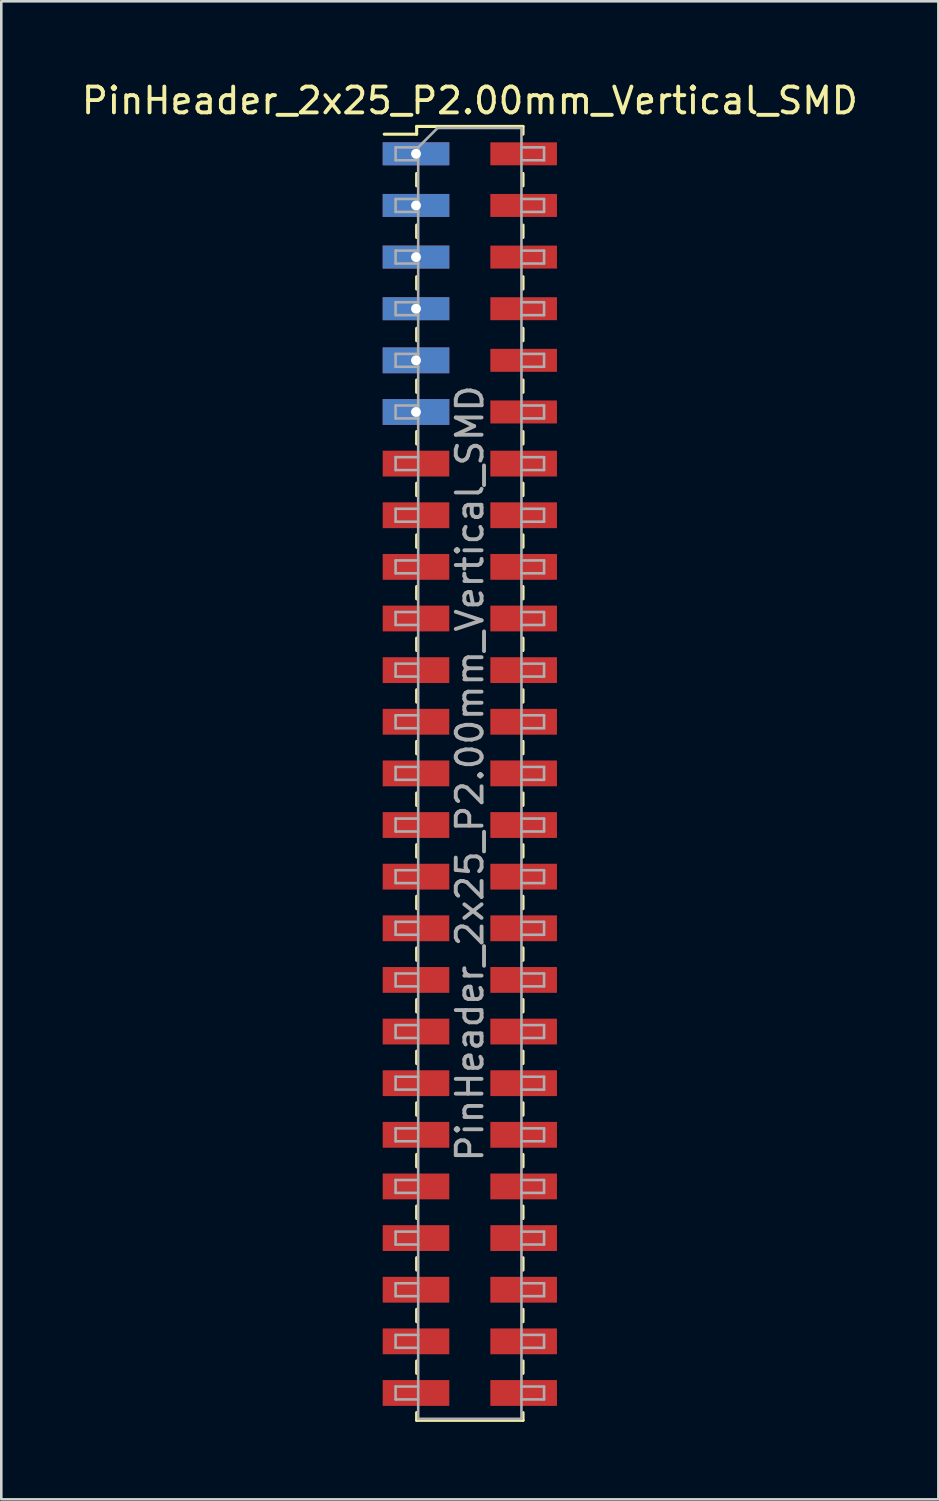
<source format=kicad_pcb>
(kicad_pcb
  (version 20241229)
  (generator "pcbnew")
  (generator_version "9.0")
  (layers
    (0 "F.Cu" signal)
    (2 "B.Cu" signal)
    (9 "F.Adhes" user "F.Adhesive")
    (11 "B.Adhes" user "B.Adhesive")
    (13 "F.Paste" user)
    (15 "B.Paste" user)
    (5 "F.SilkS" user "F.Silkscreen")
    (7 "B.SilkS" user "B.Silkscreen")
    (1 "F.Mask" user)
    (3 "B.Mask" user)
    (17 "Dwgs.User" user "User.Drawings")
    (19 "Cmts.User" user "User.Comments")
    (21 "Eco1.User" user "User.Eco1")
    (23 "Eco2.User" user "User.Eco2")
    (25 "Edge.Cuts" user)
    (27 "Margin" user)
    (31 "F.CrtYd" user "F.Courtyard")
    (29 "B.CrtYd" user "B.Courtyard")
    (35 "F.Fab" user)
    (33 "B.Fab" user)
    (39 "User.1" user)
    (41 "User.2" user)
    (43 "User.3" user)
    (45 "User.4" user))
  (footprint "PinHeader_2x25_P2.00mm_Vertical_SMD"
    (layer "F.Cu")
    (at 15.149 26.908)
    (property "Reference" "PinHeader_2x25_P2.00mm_Vertical_SMD" (at 0 -26.06 0) (layer "F.SilkS") (effects (font (size 1 1) (thickness 0.15))))
    (attr smd)
    (fp_line (start -3.315 -24.76) (end -2.06 -24.76) (stroke (width 0.12) (type solid)) (layer "F.SilkS"))
    (fp_line (start -2.06 -25.06) (end -2.06 -24.76) (stroke (width 0.12) (type solid)) (layer "F.SilkS"))
    (fp_line (start -2.06 -25.06) (end 2.06 -25.06) (stroke (width 0.12) (type solid)) (layer "F.SilkS"))
    (fp_line (start -2.06 -23.24) (end -2.06 -22.76) (stroke (width 0.12) (type solid)) (layer "F.SilkS"))
    (fp_line (start -2.06 -21.24) (end -2.06 -20.76) (stroke (width 0.12) (type solid)) (layer "F.SilkS"))
    (fp_line (start -2.06 -19.24) (end -2.06 -18.76) (stroke (width 0.12) (type solid)) (layer "F.SilkS"))
    (fp_line (start -2.06 -17.24) (end -2.06 -16.76) (stroke (width 0.12) (type solid)) (layer "F.SilkS"))
    (fp_line (start -2.06 -15.24) (end -2.06 -14.76) (stroke (width 0.12) (type solid)) (layer "F.SilkS"))
    (fp_line (start -2.06 -13.24) (end -2.06 -12.76) (stroke (width 0.12) (type solid)) (layer "F.SilkS"))
    (fp_line (start -2.06 -11.24) (end -2.06 -10.76) (stroke (width 0.12) (type solid)) (layer "F.SilkS"))
    (fp_line (start -2.06 -9.24) (end -2.06 -8.76) (stroke (width 0.12) (type solid)) (layer "F.SilkS"))
    (fp_line (start -2.06 -7.24) (end -2.06 -6.76) (stroke (width 0.12) (type solid)) (layer "F.SilkS"))
    (fp_line (start -2.06 -5.24) (end -2.06 -4.76) (stroke (width 0.12) (type solid)) (layer "F.SilkS"))
    (fp_line (start -2.06 -3.24) (end -2.06 -2.76) (stroke (width 0.12) (type solid)) (layer "F.SilkS"))
    (fp_line (start -2.06 -1.24) (end -2.06 -0.76) (stroke (width 0.12) (type solid)) (layer "F.SilkS"))
    (fp_line (start -2.06 0.76) (end -2.06 1.24) (stroke (width 0.12) (type solid)) (layer "F.SilkS"))
    (fp_line (start -2.06 2.76) (end -2.06 3.24) (stroke (width 0.12) (type solid)) (layer "F.SilkS"))
    (fp_line (start -2.06 4.76) (end -2.06 5.24) (stroke (width 0.12) (type solid)) (layer "F.SilkS"))
    (fp_line (start -2.06 6.76) (end -2.06 7.24) (stroke (width 0.12) (type solid)) (layer "F.SilkS"))
    (fp_line (start -2.06 8.76) (end -2.06 9.24) (stroke (width 0.12) (type solid)) (layer "F.SilkS"))
    (fp_line (start -2.06 10.76) (end -2.06 11.24) (stroke (width 0.12) (type solid)) (layer "F.SilkS"))
    (fp_line (start -2.06 12.76) (end -2.06 13.24) (stroke (width 0.12) (type solid)) (layer "F.SilkS"))
    (fp_line (start -2.06 14.76) (end -2.06 15.24) (stroke (width 0.12) (type solid)) (layer "F.SilkS"))
    (fp_line (start -2.06 16.76) (end -2.06 17.24) (stroke (width 0.12) (type solid)) (layer "F.SilkS"))
    (fp_line (start -2.06 18.76) (end -2.06 19.24) (stroke (width 0.12) (type solid)) (layer "F.SilkS"))
    (fp_line (start -2.06 20.76) (end -2.06 21.24) (stroke (width 0.12) (type solid)) (layer "F.SilkS"))
    (fp_line (start -2.06 22.76) (end -2.06 23.24) (stroke (width 0.12) (type solid)) (layer "F.SilkS"))
    (fp_line (start -2.06 24.76) (end -2.06 25.06) (stroke (width 0.12) (type solid)) (layer "F.SilkS"))
    (fp_line (start -2.06 25.06) (end 2.06 25.06) (stroke (width 0.12) (type solid)) (layer "F.SilkS"))
    (fp_line (start 2.06 -25.06) (end 2.06 -24.76) (stroke (width 0.12) (type solid)) (layer "F.SilkS"))
    (fp_line (start 2.06 -23.24) (end 2.06 -22.76) (stroke (width 0.12) (type solid)) (layer "F.SilkS"))
    (fp_line (start 2.06 -21.24) (end 2.06 -20.76) (stroke (width 0.12) (type solid)) (layer "F.SilkS"))
    (fp_line (start 2.06 -19.24) (end 2.06 -18.76) (stroke (width 0.12) (type solid)) (layer "F.SilkS"))
    (fp_line (start 2.06 -17.24) (end 2.06 -16.76) (stroke (width 0.12) (type solid)) (layer "F.SilkS"))
    (fp_line (start 2.06 -15.24) (end 2.06 -14.76) (stroke (width 0.12) (type solid)) (layer "F.SilkS"))
    (fp_line (start 2.06 -13.24) (end 2.06 -12.76) (stroke (width 0.12) (type solid)) (layer "F.SilkS"))
    (fp_line (start 2.06 -11.24) (end 2.06 -10.76) (stroke (width 0.12) (type solid)) (layer "F.SilkS"))
    (fp_line (start 2.06 -9.24) (end 2.06 -8.76) (stroke (width 0.12) (type solid)) (layer "F.SilkS"))
    (fp_line (start 2.06 -7.24) (end 2.06 -6.76) (stroke (width 0.12) (type solid)) (layer "F.SilkS"))
    (fp_line (start 2.06 -5.24) (end 2.06 -4.76) (stroke (width 0.12) (type solid)) (layer "F.SilkS"))
    (fp_line (start 2.06 -3.24) (end 2.06 -2.76) (stroke (width 0.12) (type solid)) (layer "F.SilkS"))
    (fp_line (start 2.06 -1.24) (end 2.06 -0.76) (stroke (width 0.12) (type solid)) (layer "F.SilkS"))
    (fp_line (start 2.06 0.76) (end 2.06 1.24) (stroke (width 0.12) (type solid)) (layer "F.SilkS"))
    (fp_line (start 2.06 2.76) (end 2.06 3.24) (stroke (width 0.12) (type solid)) (layer "F.SilkS"))
    (fp_line (start 2.06 4.76) (end 2.06 5.24) (stroke (width 0.12) (type solid)) (layer "F.SilkS"))
    (fp_line (start 2.06 6.76) (end 2.06 7.24) (stroke (width 0.12) (type solid)) (layer "F.SilkS"))
    (fp_line (start 2.06 8.76) (end 2.06 9.24) (stroke (width 0.12) (type solid)) (layer "F.SilkS"))
    (fp_line (start 2.06 10.76) (end 2.06 11.24) (stroke (width 0.12) (type solid)) (layer "F.SilkS"))
    (fp_line (start 2.06 12.76) (end 2.06 13.24) (stroke (width 0.12) (type solid)) (layer "F.SilkS"))
    (fp_line (start 2.06 14.76) (end 2.06 15.24) (stroke (width 0.12) (type solid)) (layer "F.SilkS"))
    (fp_line (start 2.06 16.76) (end 2.06 17.24) (stroke (width 0.12) (type solid)) (layer "F.SilkS"))
    (fp_line (start 2.06 18.76) (end 2.06 19.24) (stroke (width 0.12) (type solid)) (layer "F.SilkS"))
    (fp_line (start 2.06 20.76) (end 2.06 21.24) (stroke (width 0.12) (type solid)) (layer "F.SilkS"))
    (fp_line (start 2.06 22.76) (end 2.06 23.24) (stroke (width 0.12) (type solid)) (layer "F.SilkS"))
    (fp_line (start 2.06 24.76) (end 2.06 25.06) (stroke (width 0.12) (type solid)) (layer "F.SilkS"))
    (fp_line (start -2.875 -24.25) (end -2.875 -23.75) (stroke (width 0.1) (type solid)) (layer "F.Fab"))
    (fp_line (start -2.875 -23.75) (end -2 -23.75) (stroke (width 0.1) (type solid)) (layer "F.Fab"))
    (fp_line (start -2.875 -22.25) (end -2.875 -21.75) (stroke (width 0.1) (type solid)) (layer "F.Fab"))
    (fp_line (start -2.875 -21.75) (end -2 -21.75) (stroke (width 0.1) (type solid)) (layer "F.Fab"))
    (fp_line (start -2.875 -20.25) (end -2.875 -19.75) (stroke (width 0.1) (type solid)) (layer "F.Fab"))
    (fp_line (start -2.875 -19.75) (end -2 -19.75) (stroke (width 0.1) (type solid)) (layer "F.Fab"))
    (fp_line (start -2.875 -18.25) (end -2.875 -17.75) (stroke (width 0.1) (type solid)) (layer "F.Fab"))
    (fp_line (start -2.875 -17.75) (end -2 -17.75) (stroke (width 0.1) (type solid)) (layer "F.Fab"))
    (fp_line (start -2.875 -16.25) (end -2.875 -15.75) (stroke (width 0.1) (type solid)) (layer "F.Fab"))
    (fp_line (start -2.875 -15.75) (end -2 -15.75) (stroke (width 0.1) (type solid)) (layer "F.Fab"))
    (fp_line (start -2.875 -14.25) (end -2.875 -13.75) (stroke (width 0.1) (type solid)) (layer "F.Fab"))
    (fp_line (start -2.875 -13.75) (end -2 -13.75) (stroke (width 0.1) (type solid)) (layer "F.Fab"))
    (fp_line (start -2.875 -12.25) (end -2.875 -11.75) (stroke (width 0.1) (type solid)) (layer "F.Fab"))
    (fp_line (start -2.875 -11.75) (end -2 -11.75) (stroke (width 0.1) (type solid)) (layer "F.Fab"))
    (fp_line (start -2.875 -10.25) (end -2.875 -9.75) (stroke (width 0.1) (type solid)) (layer "F.Fab"))
    (fp_line (start -2.875 -9.75) (end -2 -9.75) (stroke (width 0.1) (type solid)) (layer "F.Fab"))
    (fp_line (start -2.875 -8.25) (end -2.875 -7.75) (stroke (width 0.1) (type solid)) (layer "F.Fab"))
    (fp_line (start -2.875 -7.75) (end -2 -7.75) (stroke (width 0.1) (type solid)) (layer "F.Fab"))
    (fp_line (start -2.875 -6.25) (end -2.875 -5.75) (stroke (width 0.1) (type solid)) (layer "F.Fab"))
    (fp_line (start -2.875 -5.75) (end -2 -5.75) (stroke (width 0.1) (type solid)) (layer "F.Fab"))
    (fp_line (start -2.875 -4.25) (end -2.875 -3.75) (stroke (width 0.1) (type solid)) (layer "F.Fab"))
    (fp_line (start -2.875 -3.75) (end -2 -3.75) (stroke (width 0.1) (type solid)) (layer "F.Fab"))
    (fp_line (start -2.875 -2.25) (end -2.875 -1.75) (stroke (width 0.1) (type solid)) (layer "F.Fab"))
    (fp_line (start -2.875 -1.75) (end -2 -1.75) (stroke (width 0.1) (type solid)) (layer "F.Fab"))
    (fp_line (start -2.875 -0.25) (end -2.875 0.25) (stroke (width 0.1) (type solid)) (layer "F.Fab"))
    (fp_line (start -2.875 0.25) (end -2 0.25) (stroke (width 0.1) (type solid)) (layer "F.Fab"))
    (fp_line (start -2.875 1.75) (end -2.875 2.25) (stroke (width 0.1) (type solid)) (layer "F.Fab"))
    (fp_line (start -2.875 2.25) (end -2 2.25) (stroke (width 0.1) (type solid)) (layer "F.Fab"))
    (fp_line (start -2.875 3.75) (end -2.875 4.25) (stroke (width 0.1) (type solid)) (layer "F.Fab"))
    (fp_line (start -2.875 4.25) (end -2 4.25) (stroke (width 0.1) (type solid)) (layer "F.Fab"))
    (fp_line (start -2.875 5.75) (end -2.875 6.25) (stroke (width 0.1) (type solid)) (layer "F.Fab"))
    (fp_line (start -2.875 6.25) (end -2 6.25) (stroke (width 0.1) (type solid)) (layer "F.Fab"))
    (fp_line (start -2.875 7.75) (end -2.875 8.25) (stroke (width 0.1) (type solid)) (layer "F.Fab"))
    (fp_line (start -2.875 8.25) (end -2 8.25) (stroke (width 0.1) (type solid)) (layer "F.Fab"))
    (fp_line (start -2.875 9.75) (end -2.875 10.25) (stroke (width 0.1) (type solid)) (layer "F.Fab"))
    (fp_line (start -2.875 10.25) (end -2 10.25) (stroke (width 0.1) (type solid)) (layer "F.Fab"))
    (fp_line (start -2.875 11.75) (end -2.875 12.25) (stroke (width 0.1) (type solid)) (layer "F.Fab"))
    (fp_line (start -2.875 12.25) (end -2 12.25) (stroke (width 0.1) (type solid)) (layer "F.Fab"))
    (fp_line (start -2.875 13.75) (end -2.875 14.25) (stroke (width 0.1) (type solid)) (layer "F.Fab"))
    (fp_line (start -2.875 14.25) (end -2 14.25) (stroke (width 0.1) (type solid)) (layer "F.Fab"))
    (fp_line (start -2.875 15.75) (end -2.875 16.25) (stroke (width 0.1) (type solid)) (layer "F.Fab"))
    (fp_line (start -2.875 16.25) (end -2 16.25) (stroke (width 0.1) (type solid)) (layer "F.Fab"))
    (fp_line (start -2.875 17.75) (end -2.875 18.25) (stroke (width 0.1) (type solid)) (layer "F.Fab"))
    (fp_line (start -2.875 18.25) (end -2 18.25) (stroke (width 0.1) (type solid)) (layer "F.Fab"))
    (fp_line (start -2.875 19.75) (end -2.875 20.25) (stroke (width 0.1) (type solid)) (layer "F.Fab"))
    (fp_line (start -2.875 20.25) (end -2 20.25) (stroke (width 0.1) (type solid)) (layer "F.Fab"))
    (fp_line (start -2.875 21.75) (end -2.875 22.25) (stroke (width 0.1) (type solid)) (layer "F.Fab"))
    (fp_line (start -2.875 22.25) (end -2 22.25) (stroke (width 0.1) (type solid)) (layer "F.Fab"))
    (fp_line (start -2.875 23.75) (end -2.875 24.25) (stroke (width 0.1) (type solid)) (layer "F.Fab"))
    (fp_line (start -2.875 24.25) (end -2 24.25) (stroke (width 0.1) (type solid)) (layer "F.Fab"))
    (fp_line (start -2 -24.25) (end -2.875 -24.25) (stroke (width 0.1) (type solid)) (layer "F.Fab"))
    (fp_line (start -2 -24.25) (end -1.25 -25) (stroke (width 0.1) (type solid)) (layer "F.Fab"))
    (fp_line (start -2 -22.25) (end -2.875 -22.25) (stroke (width 0.1) (type solid)) (layer "F.Fab"))
    (fp_line (start -2 -20.25) (end -2.875 -20.25) (stroke (width 0.1) (type solid)) (layer "F.Fab"))
    (fp_line (start -2 -18.25) (end -2.875 -18.25) (stroke (width 0.1) (type solid)) (layer "F.Fab"))
    (fp_line (start -2 -16.25) (end -2.875 -16.25) (stroke (width 0.1) (type solid)) (layer "F.Fab"))
    (fp_line (start -2 -14.25) (end -2.875 -14.25) (stroke (width 0.1) (type solid)) (layer "F.Fab"))
    (fp_line (start -2 -12.25) (end -2.875 -12.25) (stroke (width 0.1) (type solid)) (layer "F.Fab"))
    (fp_line (start -2 -10.25) (end -2.875 -10.25) (stroke (width 0.1) (type solid)) (layer "F.Fab"))
    (fp_line (start -2 -8.25) (end -2.875 -8.25) (stroke (width 0.1) (type solid)) (layer "F.Fab"))
    (fp_line (start -2 -6.25) (end -2.875 -6.25) (stroke (width 0.1) (type solid)) (layer "F.Fab"))
    (fp_line (start -2 -4.25) (end -2.875 -4.25) (stroke (width 0.1) (type solid)) (layer "F.Fab"))
    (fp_line (start -2 -2.25) (end -2.875 -2.25) (stroke (width 0.1) (type solid)) (layer "F.Fab"))
    (fp_line (start -2 -0.25) (end -2.875 -0.25) (stroke (width 0.1) (type solid)) (layer "F.Fab"))
    (fp_line (start -2 1.75) (end -2.875 1.75) (stroke (width 0.1) (type solid)) (layer "F.Fab"))
    (fp_line (start -2 3.75) (end -2.875 3.75) (stroke (width 0.1) (type solid)) (layer "F.Fab"))
    (fp_line (start -2 5.75) (end -2.875 5.75) (stroke (width 0.1) (type solid)) (layer "F.Fab"))
    (fp_line (start -2 7.75) (end -2.875 7.75) (stroke (width 0.1) (type solid)) (layer "F.Fab"))
    (fp_line (start -2 9.75) (end -2.875 9.75) (stroke (width 0.1) (type solid)) (layer "F.Fab"))
    (fp_line (start -2 11.75) (end -2.875 11.75) (stroke (width 0.1) (type solid)) (layer "F.Fab"))
    (fp_line (start -2 13.75) (end -2.875 13.75) (stroke (width 0.1) (type solid)) (layer "F.Fab"))
    (fp_line (start -2 15.75) (end -2.875 15.75) (stroke (width 0.1) (type solid)) (layer "F.Fab"))
    (fp_line (start -2 17.75) (end -2.875 17.75) (stroke (width 0.1) (type solid)) (layer "F.Fab"))
    (fp_line (start -2 19.75) (end -2.875 19.75) (stroke (width 0.1) (type solid)) (layer "F.Fab"))
    (fp_line (start -2 21.75) (end -2.875 21.75) (stroke (width 0.1) (type solid)) (layer "F.Fab"))
    (fp_line (start -2 23.75) (end -2.875 23.75) (stroke (width 0.1) (type solid)) (layer "F.Fab"))
    (fp_line (start -2 25) (end -2 -24.25) (stroke (width 0.1) (type solid)) (layer "F.Fab"))
    (fp_line (start -1.25 -25) (end 2 -25) (stroke (width 0.1) (type solid)) (layer "F.Fab"))
    (fp_line (start 2 -25) (end 2 25) (stroke (width 0.1) (type solid)) (layer "F.Fab"))
    (fp_line (start 2 -24.25) (end 2.875 -24.25) (stroke (width 0.1) (type solid)) (layer "F.Fab"))
    (fp_line (start 2 -22.25) (end 2.875 -22.25) (stroke (width 0.1) (type solid)) (layer "F.Fab"))
    (fp_line (start 2 -20.25) (end 2.875 -20.25) (stroke (width 0.1) (type solid)) (layer "F.Fab"))
    (fp_line (start 2 -18.25) (end 2.875 -18.25) (stroke (width 0.1) (type solid)) (layer "F.Fab"))
    (fp_line (start 2 -16.25) (end 2.875 -16.25) (stroke (width 0.1) (type solid)) (layer "F.Fab"))
    (fp_line (start 2 -14.25) (end 2.875 -14.25) (stroke (width 0.1) (type solid)) (layer "F.Fab"))
    (fp_line (start 2 -12.25) (end 2.875 -12.25) (stroke (width 0.1) (type solid)) (layer "F.Fab"))
    (fp_line (start 2 -10.25) (end 2.875 -10.25) (stroke (width 0.1) (type solid)) (layer "F.Fab"))
    (fp_line (start 2 -8.25) (end 2.875 -8.25) (stroke (width 0.1) (type solid)) (layer "F.Fab"))
    (fp_line (start 2 -6.25) (end 2.875 -6.25) (stroke (width 0.1) (type solid)) (layer "F.Fab"))
    (fp_line (start 2 -4.25) (end 2.875 -4.25) (stroke (width 0.1) (type solid)) (layer "F.Fab"))
    (fp_line (start 2 -2.25) (end 2.875 -2.25) (stroke (width 0.1) (type solid)) (layer "F.Fab"))
    (fp_line (start 2 -0.25) (end 2.875 -0.25) (stroke (width 0.1) (type solid)) (layer "F.Fab"))
    (fp_line (start 2 1.75) (end 2.875 1.75) (stroke (width 0.1) (type solid)) (layer "F.Fab"))
    (fp_line (start 2 3.75) (end 2.875 3.75) (stroke (width 0.1) (type solid)) (layer "F.Fab"))
    (fp_line (start 2 5.75) (end 2.875 5.75) (stroke (width 0.1) (type solid)) (layer "F.Fab"))
    (fp_line (start 2 7.75) (end 2.875 7.75) (stroke (width 0.1) (type solid)) (layer "F.Fab"))
    (fp_line (start 2 9.75) (end 2.875 9.75) (stroke (width 0.1) (type solid)) (layer "F.Fab"))
    (fp_line (start 2 11.75) (end 2.875 11.75) (stroke (width 0.1) (type solid)) (layer "F.Fab"))
    (fp_line (start 2 13.75) (end 2.875 13.75) (stroke (width 0.1) (type solid)) (layer "F.Fab"))
    (fp_line (start 2 15.75) (end 2.875 15.75) (stroke (width 0.1) (type solid)) (layer "F.Fab"))
    (fp_line (start 2 17.75) (end 2.875 17.75) (stroke (width 0.1) (type solid)) (layer "F.Fab"))
    (fp_line (start 2 19.75) (end 2.875 19.75) (stroke (width 0.1) (type solid)) (layer "F.Fab"))
    (fp_line (start 2 21.75) (end 2.875 21.75) (stroke (width 0.1) (type solid)) (layer "F.Fab"))
    (fp_line (start 2 23.75) (end 2.875 23.75) (stroke (width 0.1) (type solid)) (layer "F.Fab"))
    (fp_line (start 2 25) (end -2 25) (stroke (width 0.1) (type solid)) (layer "F.Fab"))
    (fp_line (start 2.875 -24.25) (end 2.875 -23.75) (stroke (width 0.1) (type solid)) (layer "F.Fab"))
    (fp_line (start 2.875 -23.75) (end 2 -23.75) (stroke (width 0.1) (type solid)) (layer "F.Fab"))
    (fp_line (start 2.875 -22.25) (end 2.875 -21.75) (stroke (width 0.1) (type solid)) (layer "F.Fab"))
    (fp_line (start 2.875 -21.75) (end 2 -21.75) (stroke (width 0.1) (type solid)) (layer "F.Fab"))
    (fp_line (start 2.875 -20.25) (end 2.875 -19.75) (stroke (width 0.1) (type solid)) (layer "F.Fab"))
    (fp_line (start 2.875 -19.75) (end 2 -19.75) (stroke (width 0.1) (type solid)) (layer "F.Fab"))
    (fp_line (start 2.875 -18.25) (end 2.875 -17.75) (stroke (width 0.1) (type solid)) (layer "F.Fab"))
    (fp_line (start 2.875 -17.75) (end 2 -17.75) (stroke (width 0.1) (type solid)) (layer "F.Fab"))
    (fp_line (start 2.875 -16.25) (end 2.875 -15.75) (stroke (width 0.1) (type solid)) (layer "F.Fab"))
    (fp_line (start 2.875 -15.75) (end 2 -15.75) (stroke (width 0.1) (type solid)) (layer "F.Fab"))
    (fp_line (start 2.875 -14.25) (end 2.875 -13.75) (stroke (width 0.1) (type solid)) (layer "F.Fab"))
    (fp_line (start 2.875 -13.75) (end 2 -13.75) (stroke (width 0.1) (type solid)) (layer "F.Fab"))
    (fp_line (start 2.875 -12.25) (end 2.875 -11.75) (stroke (width 0.1) (type solid)) (layer "F.Fab"))
    (fp_line (start 2.875 -11.75) (end 2 -11.75) (stroke (width 0.1) (type solid)) (layer "F.Fab"))
    (fp_line (start 2.875 -10.25) (end 2.875 -9.75) (stroke (width 0.1) (type solid)) (layer "F.Fab"))
    (fp_line (start 2.875 -9.75) (end 2 -9.75) (stroke (width 0.1) (type solid)) (layer "F.Fab"))
    (fp_line (start 2.875 -8.25) (end 2.875 -7.75) (stroke (width 0.1) (type solid)) (layer "F.Fab"))
    (fp_line (start 2.875 -7.75) (end 2 -7.75) (stroke (width 0.1) (type solid)) (layer "F.Fab"))
    (fp_line (start 2.875 -6.25) (end 2.875 -5.75) (stroke (width 0.1) (type solid)) (layer "F.Fab"))
    (fp_line (start 2.875 -5.75) (end 2 -5.75) (stroke (width 0.1) (type solid)) (layer "F.Fab"))
    (fp_line (start 2.875 -4.25) (end 2.875 -3.75) (stroke (width 0.1) (type solid)) (layer "F.Fab"))
    (fp_line (start 2.875 -3.75) (end 2 -3.75) (stroke (width 0.1) (type solid)) (layer "F.Fab"))
    (fp_line (start 2.875 -2.25) (end 2.875 -1.75) (stroke (width 0.1) (type solid)) (layer "F.Fab"))
    (fp_line (start 2.875 -1.75) (end 2 -1.75) (stroke (width 0.1) (type solid)) (layer "F.Fab"))
    (fp_line (start 2.875 -0.25) (end 2.875 0.25) (stroke (width 0.1) (type solid)) (layer "F.Fab"))
    (fp_line (start 2.875 0.25) (end 2 0.25) (stroke (width 0.1) (type solid)) (layer "F.Fab"))
    (fp_line (start 2.875 1.75) (end 2.875 2.25) (stroke (width 0.1) (type solid)) (layer "F.Fab"))
    (fp_line (start 2.875 2.25) (end 2 2.25) (stroke (width 0.1) (type solid)) (layer "F.Fab"))
    (fp_line (start 2.875 3.75) (end 2.875 4.25) (stroke (width 0.1) (type solid)) (layer "F.Fab"))
    (fp_line (start 2.875 4.25) (end 2 4.25) (stroke (width 0.1) (type solid)) (layer "F.Fab"))
    (fp_line (start 2.875 5.75) (end 2.875 6.25) (stroke (width 0.1) (type solid)) (layer "F.Fab"))
    (fp_line (start 2.875 6.25) (end 2 6.25) (stroke (width 0.1) (type solid)) (layer "F.Fab"))
    (fp_line (start 2.875 7.75) (end 2.875 8.25) (stroke (width 0.1) (type solid)) (layer "F.Fab"))
    (fp_line (start 2.875 8.25) (end 2 8.25) (stroke (width 0.1) (type solid)) (layer "F.Fab"))
    (fp_line (start 2.875 9.75) (end 2.875 10.25) (stroke (width 0.1) (type solid)) (layer "F.Fab"))
    (fp_line (start 2.875 10.25) (end 2 10.25) (stroke (width 0.1) (type solid)) (layer "F.Fab"))
    (fp_line (start 2.875 11.75) (end 2.875 12.25) (stroke (width 0.1) (type solid)) (layer "F.Fab"))
    (fp_line (start 2.875 12.25) (end 2 12.25) (stroke (width 0.1) (type solid)) (layer "F.Fab"))
    (fp_line (start 2.875 13.75) (end 2.875 14.25) (stroke (width 0.1) (type solid)) (layer "F.Fab"))
    (fp_line (start 2.875 14.25) (end 2 14.25) (stroke (width 0.1) (type solid)) (layer "F.Fab"))
    (fp_line (start 2.875 15.75) (end 2.875 16.25) (stroke (width 0.1) (type solid)) (layer "F.Fab"))
    (fp_line (start 2.875 16.25) (end 2 16.25) (stroke (width 0.1) (type solid)) (layer "F.Fab"))
    (fp_line (start 2.875 17.75) (end 2.875 18.25) (stroke (width 0.1) (type solid)) (layer "F.Fab"))
    (fp_line (start 2.875 18.25) (end 2 18.25) (stroke (width 0.1) (type solid)) (layer "F.Fab"))
    (fp_line (start 2.875 19.75) (end 2.875 20.25) (stroke (width 0.1) (type solid)) (layer "F.Fab"))
    (fp_line (start 2.875 20.25) (end 2 20.25) (stroke (width 0.1) (type solid)) (layer "F.Fab"))
    (fp_line (start 2.875 21.75) (end 2.875 22.25) (stroke (width 0.1) (type solid)) (layer "F.Fab"))
    (fp_line (start 2.875 22.25) (end 2 22.25) (stroke (width 0.1) (type solid)) (layer "F.Fab"))
    (fp_line (start 2.875 23.75) (end 2.875 24.25) (stroke (width 0.1) (type solid)) (layer "F.Fab"))
    (fp_line (start 2.875 24.25) (end 2 24.25) (stroke (width 0.1) (type solid)) (layer "F.Fab"))
    (fp_text user "${REFERENCE}" (at 0 0 90) (layer "F.Fab") (effects (font (size 1 1) (thickness 0.15))))
    (pad "1" thru_hole rect (at -2.085 -24) (size 2.58 0.89) (drill 0.381) (layers "*.Cu" "*.Mask"))
    (pad "2" smd rect (at 2.085 -24) (size 2.58 0.89) (layers "F.Cu" "F.Mask" "F.Paste"))
    (pad "3" thru_hole rect (at -2.085 -22) (size 2.58 0.89) (drill 0.381) (layers "*.Cu" "*.Mask"))
    (pad "4" smd rect (at 2.085 -22) (size 2.58 0.89) (layers "F.Cu" "F.Mask" "F.Paste"))
    (pad "5" thru_hole rect (at -2.085 -20) (size 2.58 0.89) (drill 0.381) (layers "*.Cu" "*.Mask"))
    (pad "6" smd rect (at 2.085 -20) (size 2.58 0.89) (layers "F.Cu" "F.Mask" "F.Paste"))
    (pad "7" thru_hole rect (at -2.085 -18) (size 2.58 0.89) (drill 0.381) (layers "*.Cu" "*.Mask"))
    (pad "8" smd rect (at 2.085 -18) (size 2.58 0.89) (layers "F.Cu" "F.Mask" "F.Paste"))
    (pad "9" thru_hole rect (at -2.085 -16) (size 2.58 1) (drill 0.381) (layers "*.Cu" "*.Mask"))
    (pad "10" smd rect (at 2.085 -16) (size 2.58 0.89) (layers "F.Cu" "F.Mask" "F.Paste"))
    (pad "11" thru_hole rect (at -2.085 -14) (size 2.58 1) (drill 0.381) (layers "*.Cu" "*.Mask"))
    (pad "12" smd rect (at 2.085 -14) (size 2.58 0.89) (layers "F.Cu" "F.Mask" "F.Paste"))
    (pad "13" smd rect (at -2.085 -12) (size 2.58 1) (layers "F.Cu" "F.Mask" "F.Paste"))
    (pad "14" smd rect (at 2.085 -12) (size 2.58 1) (layers "F.Cu" "F.Mask" "F.Paste"))
    (pad "15" smd rect (at -2.085 -10) (size 2.58 1) (layers "F.Cu" "F.Mask" "F.Paste"))
    (pad "16" smd rect (at 2.085 -10) (size 2.58 1) (layers "F.Cu" "F.Mask" "F.Paste"))
    (pad "17" smd rect (at -2.085 -8) (size 2.58 1) (layers "F.Cu" "F.Mask" "F.Paste"))
    (pad "18" smd rect (at 2.085 -8) (size 2.58 1) (layers "F.Cu" "F.Mask" "F.Paste"))
    (pad "19" smd rect (at -2.085 -6) (size 2.58 1) (layers "F.Cu" "F.Mask" "F.Paste"))
    (pad "20" smd rect (at 2.085 -6) (size 2.58 1) (layers "F.Cu" "F.Mask" "F.Paste"))
    (pad "21" smd rect (at -2.085 -4) (size 2.58 1) (layers "F.Cu" "F.Mask" "F.Paste"))
    (pad "22" smd rect (at 2.085 -4) (size 2.58 1) (layers "F.Cu" "F.Mask" "F.Paste"))
    (pad "23" smd rect (at -2.085 -2) (size 2.58 1) (layers "F.Cu" "F.Mask" "F.Paste"))
    (pad "24" smd rect (at 2.085 -2) (size 2.58 1) (layers "F.Cu" "F.Mask" "F.Paste"))
    (pad "25" smd rect (at -2.085 0) (size 2.58 1) (layers "F.Cu" "F.Mask" "F.Paste"))
    (pad "26" smd rect (at 2.085 0) (size 2.58 1) (layers "F.Cu" "F.Mask" "F.Paste"))
    (pad "27" smd rect (at -2.085 2) (size 2.58 1) (layers "F.Cu" "F.Mask" "F.Paste"))
    (pad "28" smd rect (at 2.085 2) (size 2.58 1) (layers "F.Cu" "F.Mask" "F.Paste"))
    (pad "29" smd rect (at -2.085 4) (size 2.58 1) (layers "F.Cu" "F.Mask" "F.Paste"))
    (pad "30" smd rect (at 2.085 4) (size 2.58 1) (layers "F.Cu" "F.Mask" "F.Paste"))
    (pad "31" smd rect (at -2.085 6) (size 2.58 1) (layers "F.Cu" "F.Mask" "F.Paste"))
    (pad "32" smd rect (at 2.085 6) (size 2.58 1) (layers "F.Cu" "F.Mask" "F.Paste"))
    (pad "33" smd rect (at -2.085 8) (size 2.58 1) (layers "F.Cu" "F.Mask" "F.Paste"))
    (pad "34" smd rect (at 2.085 8) (size 2.58 1) (layers "F.Cu" "F.Mask" "F.Paste"))
    (pad "35" smd rect (at -2.085 10) (size 2.58 1) (layers "F.Cu" "F.Mask" "F.Paste"))
    (pad "36" smd rect (at 2.085 10) (size 2.58 1) (layers "F.Cu" "F.Mask" "F.Paste"))
    (pad "37" smd rect (at -2.085 12) (size 2.58 1) (layers "F.Cu" "F.Mask" "F.Paste"))
    (pad "38" smd rect (at 2.085 12) (size 2.58 1) (layers "F.Cu" "F.Mask" "F.Paste"))
    (pad "39" smd rect (at -2.085 14) (size 2.58 1) (layers "F.Cu" "F.Mask" "F.Paste"))
    (pad "40" smd rect (at 2.085 14) (size 2.58 1) (layers "F.Cu" "F.Mask" "F.Paste"))
    (pad "41" smd rect (at -2.085 16) (size 2.58 1) (layers "F.Cu" "F.Mask" "F.Paste"))
    (pad "42" smd rect (at 2.085 16) (size 2.58 1) (layers "F.Cu" "F.Mask" "F.Paste"))
    (pad "43" smd rect (at -2.085 18) (size 2.58 1) (layers "F.Cu" "F.Mask" "F.Paste"))
    (pad "44" smd rect (at 2.085 18) (size 2.58 1) (layers "F.Cu" "F.Mask" "F.Paste"))
    (pad "45" smd rect (at -2.085 20) (size 2.58 1) (layers "F.Cu" "F.Mask" "F.Paste"))
    (pad "46" smd rect (at 2.085 20) (size 2.58 1) (layers "F.Cu" "F.Mask" "F.Paste"))
    (pad "47" smd rect (at -2.085 22) (size 2.58 1) (layers "F.Cu" "F.Mask" "F.Paste"))
    (pad "48" smd rect (at 2.085 22) (size 2.58 1) (layers "F.Cu" "F.Mask" "F.Paste"))
    (pad "49" smd rect (at -2.085 24) (size 2.58 1) (layers "F.Cu" "F.Mask" "F.Paste"))
    (pad "50" smd rect (at 2.085 24) (size 2.58 1) (layers "F.Cu" "F.Mask" "F.Paste")))
  (gr_rect
    (start -3 -3)
    (end 33.298 55.028)
    (stroke (width 0.1) (type default))
    (fill no)
    (layer "Edge.Cuts")))
</source>
